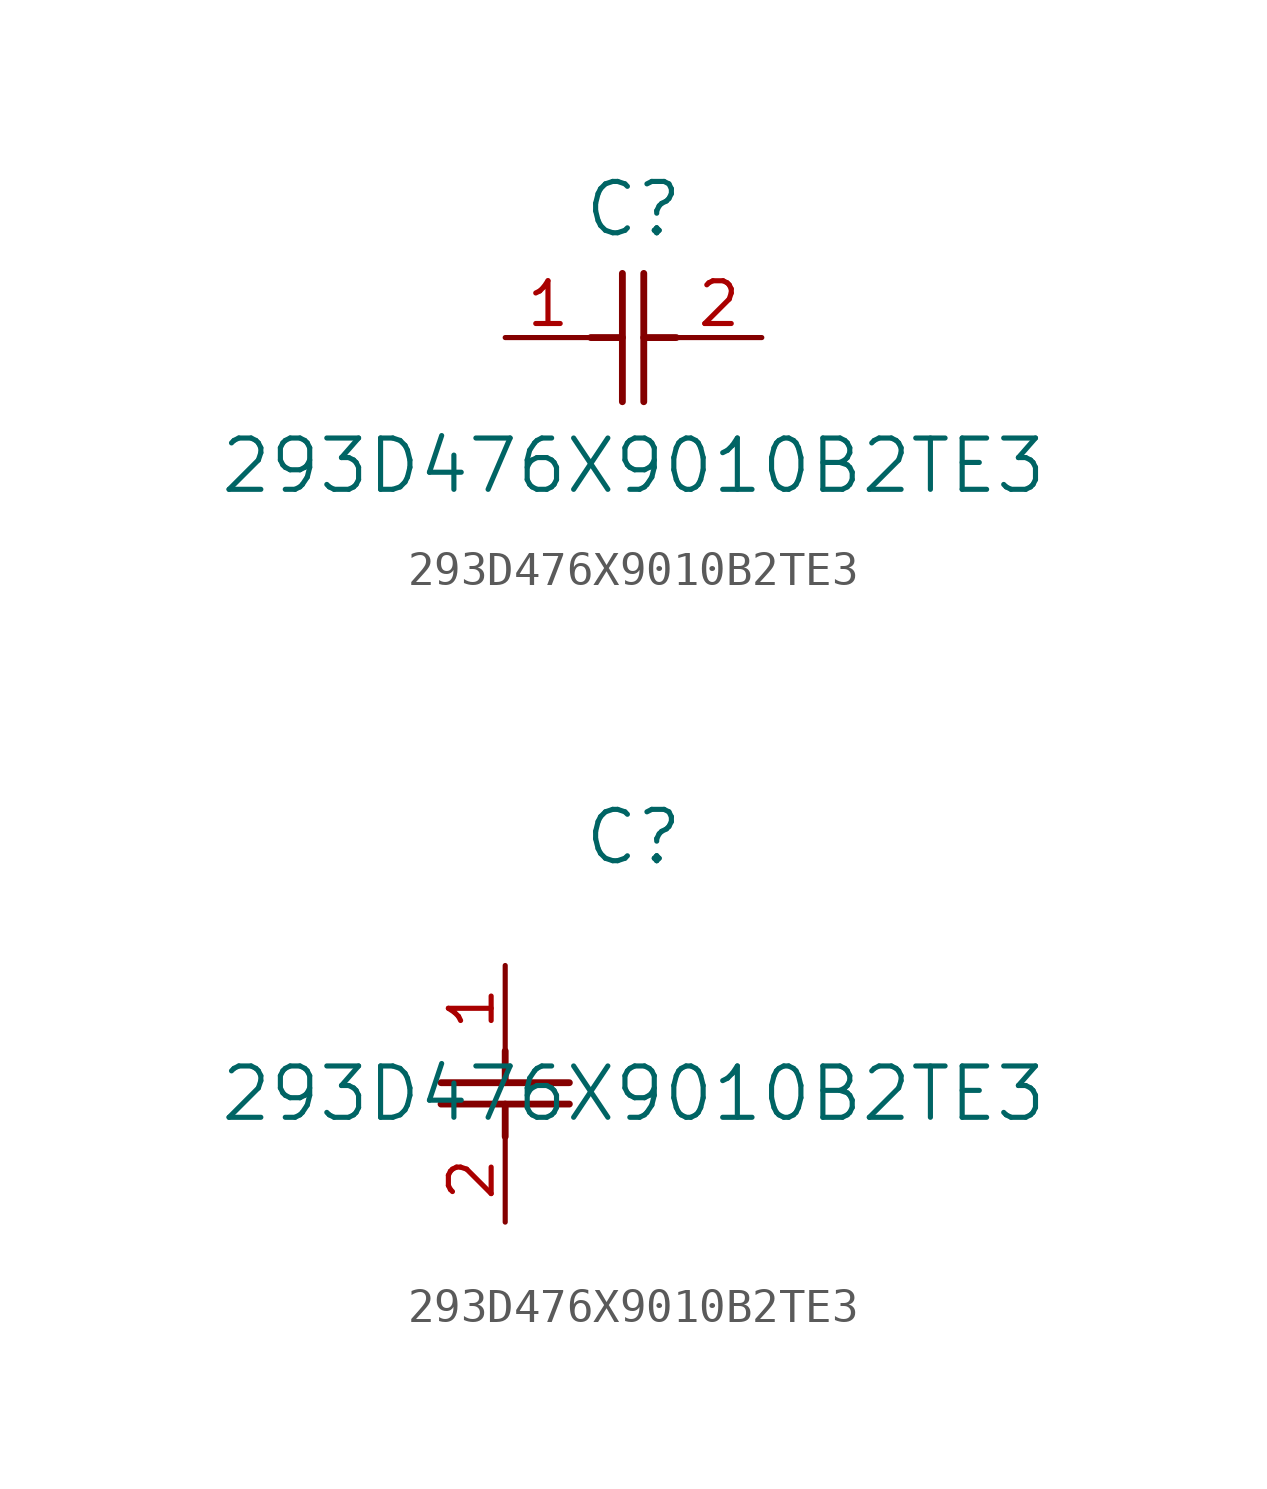
<source format=kicad_sym>
(kicad_symbol_lib
  (version 20211014)
  (generator kicad_symbol_editor)
  (symbol "293D476X9010B2TE3"
    (pin_names
      (offset 0.254))
    (property "Reference" "C"
      (at 3.81 3.81 0)
      (effects (font (size 1.524 1.524))))
    (property "Value" "293D476X9010B2TE3"
      (at 3.81 -3.81 0)
      (effects (font (size 1.524 1.524))))
    (symbol "293D476X9010B2TE3_1_1"
      (polyline (pts (xy 3.48 -1.905) (xy 3.48 1.905)) (stroke (width 0.203) (type default) (color 0 0 0 0)) (fill (type none)))
      (polyline (pts (xy 4.115 -1.905) (xy 4.115 1.905)) (stroke (width 0.203) (type default) (color 0 0 0 0)) (fill (type none)))
      (polyline (pts (xy 4.115 0) (xy 5.08 0)) (stroke (width 0.203) (type default) (color 0 0 0 0)) (fill (type none)))
      (polyline (pts (xy 2.54 0) (xy 3.48 0)) (stroke (width 0.203) (type default) (color 0 0 0 0)) (fill (type none)))
      (pin unspecified line (at 0 0 0) (length 2.54) (name "" (effects (font (size 1.27 1.27)))) (number "1" (effects (font (size 1.27 1.27)))))
      (pin unspecified line (at 7.62 0 180) (length 2.54) (name "" (effects (font (size 1.27 1.27)))) (number "2" (effects (font (size 1.27 1.27))))))
    (symbol "293D476X9010B2TE3_1_2"
      (polyline (pts (xy -1.905 -3.48) (xy 1.905 -3.48)) (stroke (width 0.203) (type default) (color 0 0 0 0)) (fill (type none)))
      (polyline (pts (xy -1.905 -4.115) (xy 1.905 -4.115)) (stroke (width 0.203) (type default) (color 0 0 0 0)) (fill (type none)))
      (polyline (pts (xy 0 -4.115) (xy 0 -5.08)) (stroke (width 0.203) (type default) (color 0 0 0 0)) (fill (type none)))
      (polyline (pts (xy 0 -2.54) (xy 0 -3.48)) (stroke (width 0.203) (type default) (color 0 0 0 0)) (fill (type none)))
      (pin unspecified line (at 0 0 270) (length 2.54) (name "" (effects (font (size 1.27 1.27)))) (number "1" (effects (font (size 1.27 1.27)))))
      (pin unspecified line (at 0 -7.62 90) (length 2.54) (name "" (effects (font (size 1.27 1.27)))) (number "2" (effects (font (size 1.27 1.27))))))))
</source>
